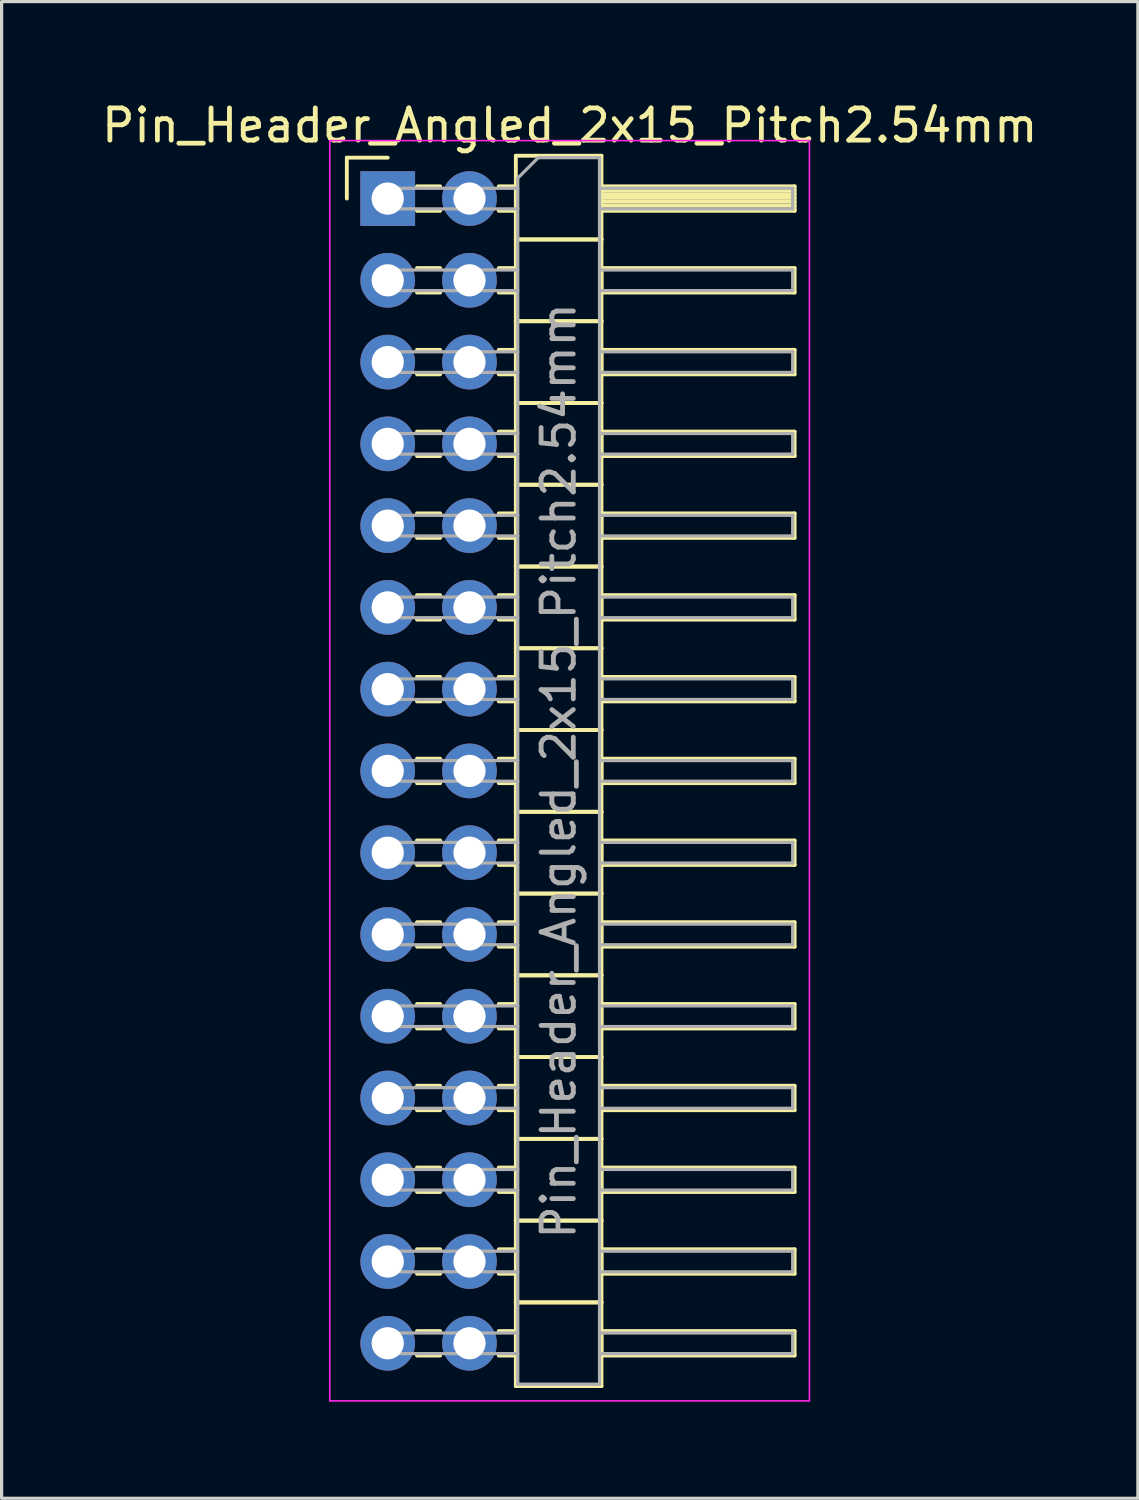
<source format=kicad_pcb>
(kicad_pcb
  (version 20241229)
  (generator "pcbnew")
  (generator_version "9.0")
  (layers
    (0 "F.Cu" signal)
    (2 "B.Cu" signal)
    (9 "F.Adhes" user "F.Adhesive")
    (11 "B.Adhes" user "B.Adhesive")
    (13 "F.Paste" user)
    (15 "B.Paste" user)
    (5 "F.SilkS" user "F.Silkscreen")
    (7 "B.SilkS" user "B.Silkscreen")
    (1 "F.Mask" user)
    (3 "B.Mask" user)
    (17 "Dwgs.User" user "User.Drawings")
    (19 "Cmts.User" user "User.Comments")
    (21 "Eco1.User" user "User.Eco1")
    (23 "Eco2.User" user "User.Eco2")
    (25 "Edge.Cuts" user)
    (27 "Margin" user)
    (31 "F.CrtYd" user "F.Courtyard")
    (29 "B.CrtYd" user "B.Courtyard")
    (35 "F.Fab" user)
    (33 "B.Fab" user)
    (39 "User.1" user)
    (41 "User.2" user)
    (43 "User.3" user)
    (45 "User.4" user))
  (footprint "Pin_Header_Angled_2x15_Pitch2.54mm"
    (layer "F.Cu")
    (at 8.994 3.118)
    (property "Reference" "Pin_Header_Angled_2x15_Pitch2.54mm" (at 5.655 -2.27 0) (layer "F.SilkS") (effects (font (size 1 1) (thickness 0.15))))
    (attr through_hole)
    (fp_line (start -1.27 -1.27) (end 0 -1.27) (stroke (width 0.12) (type solid)) (layer "F.SilkS"))
    (fp_line (start -1.27 0) (end -1.27 -1.27) (stroke (width 0.12) (type solid)) (layer "F.SilkS"))
    (fp_line (start 0.91 -0.38) (end 1.63 -0.38) (stroke (width 0.12) (type solid)) (layer "F.SilkS"))
    (fp_line (start 0.91 0.38) (end 1.63 0.38) (stroke (width 0.12) (type solid)) (layer "F.SilkS"))
    (fp_line (start 0.91 2.16) (end 1.63 2.16) (stroke (width 0.12) (type solid)) (layer "F.SilkS"))
    (fp_line (start 0.91 2.92) (end 1.63 2.92) (stroke (width 0.12) (type solid)) (layer "F.SilkS"))
    (fp_line (start 0.91 4.7) (end 1.63 4.7) (stroke (width 0.12) (type solid)) (layer "F.SilkS"))
    (fp_line (start 0.91 5.46) (end 1.63 5.46) (stroke (width 0.12) (type solid)) (layer "F.SilkS"))
    (fp_line (start 0.91 7.24) (end 1.63 7.24) (stroke (width 0.12) (type solid)) (layer "F.SilkS"))
    (fp_line (start 0.91 8) (end 1.63 8) (stroke (width 0.12) (type solid)) (layer "F.SilkS"))
    (fp_line (start 0.91 9.78) (end 1.63 9.78) (stroke (width 0.12) (type solid)) (layer "F.SilkS"))
    (fp_line (start 0.91 10.54) (end 1.63 10.54) (stroke (width 0.12) (type solid)) (layer "F.SilkS"))
    (fp_line (start 0.91 12.32) (end 1.63 12.32) (stroke (width 0.12) (type solid)) (layer "F.SilkS"))
    (fp_line (start 0.91 13.08) (end 1.63 13.08) (stroke (width 0.12) (type solid)) (layer "F.SilkS"))
    (fp_line (start 0.91 14.86) (end 1.63 14.86) (stroke (width 0.12) (type solid)) (layer "F.SilkS"))
    (fp_line (start 0.91 15.62) (end 1.63 15.62) (stroke (width 0.12) (type solid)) (layer "F.SilkS"))
    (fp_line (start 0.91 17.4) (end 1.63 17.4) (stroke (width 0.12) (type solid)) (layer "F.SilkS"))
    (fp_line (start 0.91 18.16) (end 1.63 18.16) (stroke (width 0.12) (type solid)) (layer "F.SilkS"))
    (fp_line (start 0.91 19.94) (end 1.63 19.94) (stroke (width 0.12) (type solid)) (layer "F.SilkS"))
    (fp_line (start 0.91 20.7) (end 1.63 20.7) (stroke (width 0.12) (type solid)) (layer "F.SilkS"))
    (fp_line (start 0.91 22.48) (end 1.63 22.48) (stroke (width 0.12) (type solid)) (layer "F.SilkS"))
    (fp_line (start 0.91 23.24) (end 1.63 23.24) (stroke (width 0.12) (type solid)) (layer "F.SilkS"))
    (fp_line (start 0.91 25.02) (end 1.63 25.02) (stroke (width 0.12) (type solid)) (layer "F.SilkS"))
    (fp_line (start 0.91 25.78) (end 1.63 25.78) (stroke (width 0.12) (type solid)) (layer "F.SilkS"))
    (fp_line (start 0.91 27.56) (end 1.63 27.56) (stroke (width 0.12) (type solid)) (layer "F.SilkS"))
    (fp_line (start 0.91 28.32) (end 1.63 28.32) (stroke (width 0.12) (type solid)) (layer "F.SilkS"))
    (fp_line (start 0.91 30.1) (end 1.63 30.1) (stroke (width 0.12) (type solid)) (layer "F.SilkS"))
    (fp_line (start 0.91 30.86) (end 1.63 30.86) (stroke (width 0.12) (type solid)) (layer "F.SilkS"))
    (fp_line (start 0.91 32.64) (end 1.63 32.64) (stroke (width 0.12) (type solid)) (layer "F.SilkS"))
    (fp_line (start 0.91 33.4) (end 1.63 33.4) (stroke (width 0.12) (type solid)) (layer "F.SilkS"))
    (fp_line (start 0.91 35.18) (end 1.63 35.18) (stroke (width 0.12) (type solid)) (layer "F.SilkS"))
    (fp_line (start 0.91 35.94) (end 1.63 35.94) (stroke (width 0.12) (type solid)) (layer "F.SilkS"))
    (fp_line (start 3.45 -0.38) (end 3.98 -0.38) (stroke (width 0.12) (type solid)) (layer "F.SilkS"))
    (fp_line (start 3.45 0.38) (end 3.98 0.38) (stroke (width 0.12) (type solid)) (layer "F.SilkS"))
    (fp_line (start 3.45 2.16) (end 3.98 2.16) (stroke (width 0.12) (type solid)) (layer "F.SilkS"))
    (fp_line (start 3.45 2.92) (end 3.98 2.92) (stroke (width 0.12) (type solid)) (layer "F.SilkS"))
    (fp_line (start 3.45 4.7) (end 3.98 4.7) (stroke (width 0.12) (type solid)) (layer "F.SilkS"))
    (fp_line (start 3.45 5.46) (end 3.98 5.46) (stroke (width 0.12) (type solid)) (layer "F.SilkS"))
    (fp_line (start 3.45 7.24) (end 3.98 7.24) (stroke (width 0.12) (type solid)) (layer "F.SilkS"))
    (fp_line (start 3.45 8) (end 3.98 8) (stroke (width 0.12) (type solid)) (layer "F.SilkS"))
    (fp_line (start 3.45 9.78) (end 3.98 9.78) (stroke (width 0.12) (type solid)) (layer "F.SilkS"))
    (fp_line (start 3.45 10.54) (end 3.98 10.54) (stroke (width 0.12) (type solid)) (layer "F.SilkS"))
    (fp_line (start 3.45 12.32) (end 3.98 12.32) (stroke (width 0.12) (type solid)) (layer "F.SilkS"))
    (fp_line (start 3.45 13.08) (end 3.98 13.08) (stroke (width 0.12) (type solid)) (layer "F.SilkS"))
    (fp_line (start 3.45 14.86) (end 3.98 14.86) (stroke (width 0.12) (type solid)) (layer "F.SilkS"))
    (fp_line (start 3.45 15.62) (end 3.98 15.62) (stroke (width 0.12) (type solid)) (layer "F.SilkS"))
    (fp_line (start 3.45 17.4) (end 3.98 17.4) (stroke (width 0.12) (type solid)) (layer "F.SilkS"))
    (fp_line (start 3.45 18.16) (end 3.98 18.16) (stroke (width 0.12) (type solid)) (layer "F.SilkS"))
    (fp_line (start 3.45 19.94) (end 3.98 19.94) (stroke (width 0.12) (type solid)) (layer "F.SilkS"))
    (fp_line (start 3.45 20.7) (end 3.98 20.7) (stroke (width 0.12) (type solid)) (layer "F.SilkS"))
    (fp_line (start 3.45 22.48) (end 3.98 22.48) (stroke (width 0.12) (type solid)) (layer "F.SilkS"))
    (fp_line (start 3.45 23.24) (end 3.98 23.24) (stroke (width 0.12) (type solid)) (layer "F.SilkS"))
    (fp_line (start 3.45 25.02) (end 3.98 25.02) (stroke (width 0.12) (type solid)) (layer "F.SilkS"))
    (fp_line (start 3.45 25.78) (end 3.98 25.78) (stroke (width 0.12) (type solid)) (layer "F.SilkS"))
    (fp_line (start 3.45 27.56) (end 3.98 27.56) (stroke (width 0.12) (type solid)) (layer "F.SilkS"))
    (fp_line (start 3.45 28.32) (end 3.98 28.32) (stroke (width 0.12) (type solid)) (layer "F.SilkS"))
    (fp_line (start 3.45 30.1) (end 3.98 30.1) (stroke (width 0.12) (type solid)) (layer "F.SilkS"))
    (fp_line (start 3.45 30.86) (end 3.98 30.86) (stroke (width 0.12) (type solid)) (layer "F.SilkS"))
    (fp_line (start 3.45 32.64) (end 3.98 32.64) (stroke (width 0.12) (type solid)) (layer "F.SilkS"))
    (fp_line (start 3.45 33.4) (end 3.98 33.4) (stroke (width 0.12) (type solid)) (layer "F.SilkS"))
    (fp_line (start 3.45 35.18) (end 3.98 35.18) (stroke (width 0.12) (type solid)) (layer "F.SilkS"))
    (fp_line (start 3.45 35.94) (end 3.98 35.94) (stroke (width 0.12) (type solid)) (layer "F.SilkS"))
    (fp_line (start 3.98 -1.33) (end 3.98 1.27) (stroke (width 0.12) (type solid)) (layer "F.SilkS"))
    (fp_line (start 3.98 1.27) (end 3.98 3.81) (stroke (width 0.12) (type solid)) (layer "F.SilkS"))
    (fp_line (start 3.98 1.27) (end 6.64 1.27) (stroke (width 0.12) (type solid)) (layer "F.SilkS"))
    (fp_line (start 3.98 3.81) (end 3.98 6.35) (stroke (width 0.12) (type solid)) (layer "F.SilkS"))
    (fp_line (start 3.98 3.81) (end 6.64 3.81) (stroke (width 0.12) (type solid)) (layer "F.SilkS"))
    (fp_line (start 3.98 6.35) (end 3.98 8.89) (stroke (width 0.12) (type solid)) (layer "F.SilkS"))
    (fp_line (start 3.98 6.35) (end 6.64 6.35) (stroke (width 0.12) (type solid)) (layer "F.SilkS"))
    (fp_line (start 3.98 8.89) (end 3.98 11.43) (stroke (width 0.12) (type solid)) (layer "F.SilkS"))
    (fp_line (start 3.98 8.89) (end 6.64 8.89) (stroke (width 0.12) (type solid)) (layer "F.SilkS"))
    (fp_line (start 3.98 11.43) (end 3.98 13.97) (stroke (width 0.12) (type solid)) (layer "F.SilkS"))
    (fp_line (start 3.98 11.43) (end 6.64 11.43) (stroke (width 0.12) (type solid)) (layer "F.SilkS"))
    (fp_line (start 3.98 13.97) (end 3.98 16.51) (stroke (width 0.12) (type solid)) (layer "F.SilkS"))
    (fp_line (start 3.98 13.97) (end 6.64 13.97) (stroke (width 0.12) (type solid)) (layer "F.SilkS"))
    (fp_line (start 3.98 16.51) (end 3.98 19.05) (stroke (width 0.12) (type solid)) (layer "F.SilkS"))
    (fp_line (start 3.98 16.51) (end 6.64 16.51) (stroke (width 0.12) (type solid)) (layer "F.SilkS"))
    (fp_line (start 3.98 19.05) (end 3.98 21.59) (stroke (width 0.12) (type solid)) (layer "F.SilkS"))
    (fp_line (start 3.98 19.05) (end 6.64 19.05) (stroke (width 0.12) (type solid)) (layer "F.SilkS"))
    (fp_line (start 3.98 21.59) (end 3.98 24.13) (stroke (width 0.12) (type solid)) (layer "F.SilkS"))
    (fp_line (start 3.98 21.59) (end 6.64 21.59) (stroke (width 0.12) (type solid)) (layer "F.SilkS"))
    (fp_line (start 3.98 24.13) (end 3.98 26.67) (stroke (width 0.12) (type solid)) (layer "F.SilkS"))
    (fp_line (start 3.98 24.13) (end 6.64 24.13) (stroke (width 0.12) (type solid)) (layer "F.SilkS"))
    (fp_line (start 3.98 26.67) (end 3.98 29.21) (stroke (width 0.12) (type solid)) (layer "F.SilkS"))
    (fp_line (start 3.98 26.67) (end 6.64 26.67) (stroke (width 0.12) (type solid)) (layer "F.SilkS"))
    (fp_line (start 3.98 29.21) (end 3.98 31.75) (stroke (width 0.12) (type solid)) (layer "F.SilkS"))
    (fp_line (start 3.98 29.21) (end 6.64 29.21) (stroke (width 0.12) (type solid)) (layer "F.SilkS"))
    (fp_line (start 3.98 31.75) (end 3.98 34.29) (stroke (width 0.12) (type solid)) (layer "F.SilkS"))
    (fp_line (start 3.98 31.75) (end 6.64 31.75) (stroke (width 0.12) (type solid)) (layer "F.SilkS"))
    (fp_line (start 3.98 34.29) (end 3.98 36.89) (stroke (width 0.12) (type solid)) (layer "F.SilkS"))
    (fp_line (start 3.98 34.29) (end 6.64 34.29) (stroke (width 0.12) (type solid)) (layer "F.SilkS"))
    (fp_line (start 3.98 36.89) (end 6.64 36.89) (stroke (width 0.12) (type solid)) (layer "F.SilkS"))
    (fp_line (start 6.64 -1.33) (end 3.98 -1.33) (stroke (width 0.12) (type solid)) (layer "F.SilkS"))
    (fp_line (start 6.64 -0.38) (end 6.64 0.38) (stroke (width 0.12) (type solid)) (layer "F.SilkS"))
    (fp_line (start 6.64 -0.26) (end 12.64 -0.26) (stroke (width 0.12) (type solid)) (layer "F.SilkS"))
    (fp_line (start 6.64 -0.14) (end 12.64 -0.14) (stroke (width 0.12) (type solid)) (layer "F.SilkS"))
    (fp_line (start 6.64 -0.02) (end 12.64 -0.02) (stroke (width 0.12) (type solid)) (layer "F.SilkS"))
    (fp_line (start 6.64 0.1) (end 12.64 0.1) (stroke (width 0.12) (type solid)) (layer "F.SilkS"))
    (fp_line (start 6.64 0.22) (end 12.64 0.22) (stroke (width 0.12) (type solid)) (layer "F.SilkS"))
    (fp_line (start 6.64 0.34) (end 12.64 0.34) (stroke (width 0.12) (type solid)) (layer "F.SilkS"))
    (fp_line (start 6.64 0.38) (end 12.64 0.38) (stroke (width 0.12) (type solid)) (layer "F.SilkS"))
    (fp_line (start 6.64 1.27) (end 3.98 1.27) (stroke (width 0.12) (type solid)) (layer "F.SilkS"))
    (fp_line (start 6.64 1.27) (end 6.64 -1.33) (stroke (width 0.12) (type solid)) (layer "F.SilkS"))
    (fp_line (start 6.64 2.16) (end 6.64 2.92) (stroke (width 0.12) (type solid)) (layer "F.SilkS"))
    (fp_line (start 6.64 2.92) (end 12.64 2.92) (stroke (width 0.12) (type solid)) (layer "F.SilkS"))
    (fp_line (start 6.64 3.81) (end 3.98 3.81) (stroke (width 0.12) (type solid)) (layer "F.SilkS"))
    (fp_line (start 6.64 3.81) (end 6.64 1.27) (stroke (width 0.12) (type solid)) (layer "F.SilkS"))
    (fp_line (start 6.64 4.7) (end 6.64 5.46) (stroke (width 0.12) (type solid)) (layer "F.SilkS"))
    (fp_line (start 6.64 5.46) (end 12.64 5.46) (stroke (width 0.12) (type solid)) (layer "F.SilkS"))
    (fp_line (start 6.64 6.35) (end 3.98 6.35) (stroke (width 0.12) (type solid)) (layer "F.SilkS"))
    (fp_line (start 6.64 6.35) (end 6.64 3.81) (stroke (width 0.12) (type solid)) (layer "F.SilkS"))
    (fp_line (start 6.64 7.24) (end 6.64 8) (stroke (width 0.12) (type solid)) (layer "F.SilkS"))
    (fp_line (start 6.64 8) (end 12.64 8) (stroke (width 0.12) (type solid)) (layer "F.SilkS"))
    (fp_line (start 6.64 8.89) (end 3.98 8.89) (stroke (width 0.12) (type solid)) (layer "F.SilkS"))
    (fp_line (start 6.64 8.89) (end 6.64 6.35) (stroke (width 0.12) (type solid)) (layer "F.SilkS"))
    (fp_line (start 6.64 9.78) (end 6.64 10.54) (stroke (width 0.12) (type solid)) (layer "F.SilkS"))
    (fp_line (start 6.64 10.54) (end 12.64 10.54) (stroke (width 0.12) (type solid)) (layer "F.SilkS"))
    (fp_line (start 6.64 11.43) (end 3.98 11.43) (stroke (width 0.12) (type solid)) (layer "F.SilkS"))
    (fp_line (start 6.64 11.43) (end 6.64 8.89) (stroke (width 0.12) (type solid)) (layer "F.SilkS"))
    (fp_line (start 6.64 12.32) (end 6.64 13.08) (stroke (width 0.12) (type solid)) (layer "F.SilkS"))
    (fp_line (start 6.64 13.08) (end 12.64 13.08) (stroke (width 0.12) (type solid)) (layer "F.SilkS"))
    (fp_line (start 6.64 13.97) (end 3.98 13.97) (stroke (width 0.12) (type solid)) (layer "F.SilkS"))
    (fp_line (start 6.64 13.97) (end 6.64 11.43) (stroke (width 0.12) (type solid)) (layer "F.SilkS"))
    (fp_line (start 6.64 14.86) (end 6.64 15.62) (stroke (width 0.12) (type solid)) (layer "F.SilkS"))
    (fp_line (start 6.64 15.62) (end 12.64 15.62) (stroke (width 0.12) (type solid)) (layer "F.SilkS"))
    (fp_line (start 6.64 16.51) (end 3.98 16.51) (stroke (width 0.12) (type solid)) (layer "F.SilkS"))
    (fp_line (start 6.64 16.51) (end 6.64 13.97) (stroke (width 0.12) (type solid)) (layer "F.SilkS"))
    (fp_line (start 6.64 17.4) (end 6.64 18.16) (stroke (width 0.12) (type solid)) (layer "F.SilkS"))
    (fp_line (start 6.64 18.16) (end 12.64 18.16) (stroke (width 0.12) (type solid)) (layer "F.SilkS"))
    (fp_line (start 6.64 19.05) (end 3.98 19.05) (stroke (width 0.12) (type solid)) (layer "F.SilkS"))
    (fp_line (start 6.64 19.05) (end 6.64 16.51) (stroke (width 0.12) (type solid)) (layer "F.SilkS"))
    (fp_line (start 6.64 19.94) (end 6.64 20.7) (stroke (width 0.12) (type solid)) (layer "F.SilkS"))
    (fp_line (start 6.64 20.7) (end 12.64 20.7) (stroke (width 0.12) (type solid)) (layer "F.SilkS"))
    (fp_line (start 6.64 21.59) (end 3.98 21.59) (stroke (width 0.12) (type solid)) (layer "F.SilkS"))
    (fp_line (start 6.64 21.59) (end 6.64 19.05) (stroke (width 0.12) (type solid)) (layer "F.SilkS"))
    (fp_line (start 6.64 22.48) (end 6.64 23.24) (stroke (width 0.12) (type solid)) (layer "F.SilkS"))
    (fp_line (start 6.64 23.24) (end 12.64 23.24) (stroke (width 0.12) (type solid)) (layer "F.SilkS"))
    (fp_line (start 6.64 24.13) (end 3.98 24.13) (stroke (width 0.12) (type solid)) (layer "F.SilkS"))
    (fp_line (start 6.64 24.13) (end 6.64 21.59) (stroke (width 0.12) (type solid)) (layer "F.SilkS"))
    (fp_line (start 6.64 25.02) (end 6.64 25.78) (stroke (width 0.12) (type solid)) (layer "F.SilkS"))
    (fp_line (start 6.64 25.78) (end 12.64 25.78) (stroke (width 0.12) (type solid)) (layer "F.SilkS"))
    (fp_line (start 6.64 26.67) (end 3.98 26.67) (stroke (width 0.12) (type solid)) (layer "F.SilkS"))
    (fp_line (start 6.64 26.67) (end 6.64 24.13) (stroke (width 0.12) (type solid)) (layer "F.SilkS"))
    (fp_line (start 6.64 27.56) (end 6.64 28.32) (stroke (width 0.12) (type solid)) (layer "F.SilkS"))
    (fp_line (start 6.64 28.32) (end 12.64 28.32) (stroke (width 0.12) (type solid)) (layer "F.SilkS"))
    (fp_line (start 6.64 29.21) (end 3.98 29.21) (stroke (width 0.12) (type solid)) (layer "F.SilkS"))
    (fp_line (start 6.64 29.21) (end 6.64 26.67) (stroke (width 0.12) (type solid)) (layer "F.SilkS"))
    (fp_line (start 6.64 30.1) (end 6.64 30.86) (stroke (width 0.12) (type solid)) (layer "F.SilkS"))
    (fp_line (start 6.64 30.86) (end 12.64 30.86) (stroke (width 0.12) (type solid)) (layer "F.SilkS"))
    (fp_line (start 6.64 31.75) (end 3.98 31.75) (stroke (width 0.12) (type solid)) (layer "F.SilkS"))
    (fp_line (start 6.64 31.75) (end 6.64 29.21) (stroke (width 0.12) (type solid)) (layer "F.SilkS"))
    (fp_line (start 6.64 32.64) (end 6.64 33.4) (stroke (width 0.12) (type solid)) (layer "F.SilkS"))
    (fp_line (start 6.64 33.4) (end 12.64 33.4) (stroke (width 0.12) (type solid)) (layer "F.SilkS"))
    (fp_line (start 6.64 34.29) (end 3.98 34.29) (stroke (width 0.12) (type solid)) (layer "F.SilkS"))
    (fp_line (start 6.64 34.29) (end 6.64 31.75) (stroke (width 0.12) (type solid)) (layer "F.SilkS"))
    (fp_line (start 6.64 35.18) (end 6.64 35.94) (stroke (width 0.12) (type solid)) (layer "F.SilkS"))
    (fp_line (start 6.64 35.94) (end 12.64 35.94) (stroke (width 0.12) (type solid)) (layer "F.SilkS"))
    (fp_line (start 6.64 36.89) (end 6.64 34.29) (stroke (width 0.12) (type solid)) (layer "F.SilkS"))
    (fp_line (start 12.64 -0.38) (end 6.64 -0.38) (stroke (width 0.12) (type solid)) (layer "F.SilkS"))
    (fp_line (start 12.64 0.38) (end 12.64 -0.38) (stroke (width 0.12) (type solid)) (layer "F.SilkS"))
    (fp_line (start 12.64 2.16) (end 6.64 2.16) (stroke (width 0.12) (type solid)) (layer "F.SilkS"))
    (fp_line (start 12.64 2.92) (end 12.64 2.16) (stroke (width 0.12) (type solid)) (layer "F.SilkS"))
    (fp_line (start 12.64 4.7) (end 6.64 4.7) (stroke (width 0.12) (type solid)) (layer "F.SilkS"))
    (fp_line (start 12.64 5.46) (end 12.64 4.7) (stroke (width 0.12) (type solid)) (layer "F.SilkS"))
    (fp_line (start 12.64 7.24) (end 6.64 7.24) (stroke (width 0.12) (type solid)) (layer "F.SilkS"))
    (fp_line (start 12.64 8) (end 12.64 7.24) (stroke (width 0.12) (type solid)) (layer "F.SilkS"))
    (fp_line (start 12.64 9.78) (end 6.64 9.78) (stroke (width 0.12) (type solid)) (layer "F.SilkS"))
    (fp_line (start 12.64 10.54) (end 12.64 9.78) (stroke (width 0.12) (type solid)) (layer "F.SilkS"))
    (fp_line (start 12.64 12.32) (end 6.64 12.32) (stroke (width 0.12) (type solid)) (layer "F.SilkS"))
    (fp_line (start 12.64 13.08) (end 12.64 12.32) (stroke (width 0.12) (type solid)) (layer "F.SilkS"))
    (fp_line (start 12.64 14.86) (end 6.64 14.86) (stroke (width 0.12) (type solid)) (layer "F.SilkS"))
    (fp_line (start 12.64 15.62) (end 12.64 14.86) (stroke (width 0.12) (type solid)) (layer "F.SilkS"))
    (fp_line (start 12.64 17.4) (end 6.64 17.4) (stroke (width 0.12) (type solid)) (layer "F.SilkS"))
    (fp_line (start 12.64 18.16) (end 12.64 17.4) (stroke (width 0.12) (type solid)) (layer "F.SilkS"))
    (fp_line (start 12.64 19.94) (end 6.64 19.94) (stroke (width 0.12) (type solid)) (layer "F.SilkS"))
    (fp_line (start 12.64 20.7) (end 12.64 19.94) (stroke (width 0.12) (type solid)) (layer "F.SilkS"))
    (fp_line (start 12.64 22.48) (end 6.64 22.48) (stroke (width 0.12) (type solid)) (layer "F.SilkS"))
    (fp_line (start 12.64 23.24) (end 12.64 22.48) (stroke (width 0.12) (type solid)) (layer "F.SilkS"))
    (fp_line (start 12.64 25.02) (end 6.64 25.02) (stroke (width 0.12) (type solid)) (layer "F.SilkS"))
    (fp_line (start 12.64 25.78) (end 12.64 25.02) (stroke (width 0.12) (type solid)) (layer "F.SilkS"))
    (fp_line (start 12.64 27.56) (end 6.64 27.56) (stroke (width 0.12) (type solid)) (layer "F.SilkS"))
    (fp_line (start 12.64 28.32) (end 12.64 27.56) (stroke (width 0.12) (type solid)) (layer "F.SilkS"))
    (fp_line (start 12.64 30.1) (end 6.64 30.1) (stroke (width 0.12) (type solid)) (layer "F.SilkS"))
    (fp_line (start 12.64 30.86) (end 12.64 30.1) (stroke (width 0.12) (type solid)) (layer "F.SilkS"))
    (fp_line (start 12.64 32.64) (end 6.64 32.64) (stroke (width 0.12) (type solid)) (layer "F.SilkS"))
    (fp_line (start 12.64 33.4) (end 12.64 32.64) (stroke (width 0.12) (type solid)) (layer "F.SilkS"))
    (fp_line (start 12.64 35.18) (end 6.64 35.18) (stroke (width 0.12) (type solid)) (layer "F.SilkS"))
    (fp_line (start 12.64 35.94) (end 12.64 35.18) (stroke (width 0.12) (type solid)) (layer "F.SilkS"))
    (fp_line (start -1.8 -1.8) (end -1.8 37.35) (stroke (width 0.05) (type solid)) (layer "F.CrtYd"))
    (fp_line (start -1.8 37.35) (end 13.1 37.35) (stroke (width 0.05) (type solid)) (layer "F.CrtYd"))
    (fp_line (start 13.1 -1.8) (end -1.8 -1.8) (stroke (width 0.05) (type solid)) (layer "F.CrtYd"))
    (fp_line (start 13.1 37.35) (end 13.1 -1.8) (stroke (width 0.05) (type solid)) (layer "F.CrtYd"))
    (fp_line (start -0.32 -0.32) (end -0.32 0.32) (stroke (width 0.1) (type solid)) (layer "F.Fab"))
    (fp_line (start -0.32 -0.32) (end 4.04 -0.32) (stroke (width 0.1) (type solid)) (layer "F.Fab"))
    (fp_line (start -0.32 0.32) (end 4.04 0.32) (stroke (width 0.1) (type solid)) (layer "F.Fab"))
    (fp_line (start -0.32 2.22) (end -0.32 2.86) (stroke (width 0.1) (type solid)) (layer "F.Fab"))
    (fp_line (start -0.32 2.22) (end 4.04 2.22) (stroke (width 0.1) (type solid)) (layer "F.Fab"))
    (fp_line (start -0.32 2.86) (end 4.04 2.86) (stroke (width 0.1) (type solid)) (layer "F.Fab"))
    (fp_line (start -0.32 4.76) (end -0.32 5.4) (stroke (width 0.1) (type solid)) (layer "F.Fab"))
    (fp_line (start -0.32 4.76) (end 4.04 4.76) (stroke (width 0.1) (type solid)) (layer "F.Fab"))
    (fp_line (start -0.32 5.4) (end 4.04 5.4) (stroke (width 0.1) (type solid)) (layer "F.Fab"))
    (fp_line (start -0.32 7.3) (end -0.32 7.94) (stroke (width 0.1) (type solid)) (layer "F.Fab"))
    (fp_line (start -0.32 7.3) (end 4.04 7.3) (stroke (width 0.1) (type solid)) (layer "F.Fab"))
    (fp_line (start -0.32 7.94) (end 4.04 7.94) (stroke (width 0.1) (type solid)) (layer "F.Fab"))
    (fp_line (start -0.32 9.84) (end -0.32 10.48) (stroke (width 0.1) (type solid)) (layer "F.Fab"))
    (fp_line (start -0.32 9.84) (end 4.04 9.84) (stroke (width 0.1) (type solid)) (layer "F.Fab"))
    (fp_line (start -0.32 10.48) (end 4.04 10.48) (stroke (width 0.1) (type solid)) (layer "F.Fab"))
    (fp_line (start -0.32 12.38) (end -0.32 13.02) (stroke (width 0.1) (type solid)) (layer "F.Fab"))
    (fp_line (start -0.32 12.38) (end 4.04 12.38) (stroke (width 0.1) (type solid)) (layer "F.Fab"))
    (fp_line (start -0.32 13.02) (end 4.04 13.02) (stroke (width 0.1) (type solid)) (layer "F.Fab"))
    (fp_line (start -0.32 14.92) (end -0.32 15.56) (stroke (width 0.1) (type solid)) (layer "F.Fab"))
    (fp_line (start -0.32 14.92) (end 4.04 14.92) (stroke (width 0.1) (type solid)) (layer "F.Fab"))
    (fp_line (start -0.32 15.56) (end 4.04 15.56) (stroke (width 0.1) (type solid)) (layer "F.Fab"))
    (fp_line (start -0.32 17.46) (end -0.32 18.1) (stroke (width 0.1) (type solid)) (layer "F.Fab"))
    (fp_line (start -0.32 17.46) (end 4.04 17.46) (stroke (width 0.1) (type solid)) (layer "F.Fab"))
    (fp_line (start -0.32 18.1) (end 4.04 18.1) (stroke (width 0.1) (type solid)) (layer "F.Fab"))
    (fp_line (start -0.32 20) (end -0.32 20.64) (stroke (width 0.1) (type solid)) (layer "F.Fab"))
    (fp_line (start -0.32 20) (end 4.04 20) (stroke (width 0.1) (type solid)) (layer "F.Fab"))
    (fp_line (start -0.32 20.64) (end 4.04 20.64) (stroke (width 0.1) (type solid)) (layer "F.Fab"))
    (fp_line (start -0.32 22.54) (end -0.32 23.18) (stroke (width 0.1) (type solid)) (layer "F.Fab"))
    (fp_line (start -0.32 22.54) (end 4.04 22.54) (stroke (width 0.1) (type solid)) (layer "F.Fab"))
    (fp_line (start -0.32 23.18) (end 4.04 23.18) (stroke (width 0.1) (type solid)) (layer "F.Fab"))
    (fp_line (start -0.32 25.08) (end -0.32 25.72) (stroke (width 0.1) (type solid)) (layer "F.Fab"))
    (fp_line (start -0.32 25.08) (end 4.04 25.08) (stroke (width 0.1) (type solid)) (layer "F.Fab"))
    (fp_line (start -0.32 25.72) (end 4.04 25.72) (stroke (width 0.1) (type solid)) (layer "F.Fab"))
    (fp_line (start -0.32 27.62) (end -0.32 28.26) (stroke (width 0.1) (type solid)) (layer "F.Fab"))
    (fp_line (start -0.32 27.62) (end 4.04 27.62) (stroke (width 0.1) (type solid)) (layer "F.Fab"))
    (fp_line (start -0.32 28.26) (end 4.04 28.26) (stroke (width 0.1) (type solid)) (layer "F.Fab"))
    (fp_line (start -0.32 30.16) (end -0.32 30.8) (stroke (width 0.1) (type solid)) (layer "F.Fab"))
    (fp_line (start -0.32 30.16) (end 4.04 30.16) (stroke (width 0.1) (type solid)) (layer "F.Fab"))
    (fp_line (start -0.32 30.8) (end 4.04 30.8) (stroke (width 0.1) (type solid)) (layer "F.Fab"))
    (fp_line (start -0.32 32.7) (end -0.32 33.34) (stroke (width 0.1) (type solid)) (layer "F.Fab"))
    (fp_line (start -0.32 32.7) (end 4.04 32.7) (stroke (width 0.1) (type solid)) (layer "F.Fab"))
    (fp_line (start -0.32 33.34) (end 4.04 33.34) (stroke (width 0.1) (type solid)) (layer "F.Fab"))
    (fp_line (start -0.32 35.24) (end -0.32 35.88) (stroke (width 0.1) (type solid)) (layer "F.Fab"))
    (fp_line (start -0.32 35.24) (end 4.04 35.24) (stroke (width 0.1) (type solid)) (layer "F.Fab"))
    (fp_line (start -0.32 35.88) (end 4.04 35.88) (stroke (width 0.1) (type solid)) (layer "F.Fab"))
    (fp_line (start 4.04 -0.635) (end 4.675 -1.27) (stroke (width 0.1) (type solid)) (layer "F.Fab"))
    (fp_line (start 4.04 36.83) (end 4.04 -0.635) (stroke (width 0.1) (type solid)) (layer "F.Fab"))
    (fp_line (start 4.675 -1.27) (end 6.58 -1.27) (stroke (width 0.1) (type solid)) (layer "F.Fab"))
    (fp_line (start 6.58 -1.27) (end 6.58 36.83) (stroke (width 0.1) (type solid)) (layer "F.Fab"))
    (fp_line (start 6.58 -0.32) (end 12.58 -0.32) (stroke (width 0.1) (type solid)) (layer "F.Fab"))
    (fp_line (start 6.58 0.32) (end 12.58 0.32) (stroke (width 0.1) (type solid)) (layer "F.Fab"))
    (fp_line (start 6.58 2.22) (end 12.58 2.22) (stroke (width 0.1) (type solid)) (layer "F.Fab"))
    (fp_line (start 6.58 2.86) (end 12.58 2.86) (stroke (width 0.1) (type solid)) (layer "F.Fab"))
    (fp_line (start 6.58 4.76) (end 12.58 4.76) (stroke (width 0.1) (type solid)) (layer "F.Fab"))
    (fp_line (start 6.58 5.4) (end 12.58 5.4) (stroke (width 0.1) (type solid)) (layer "F.Fab"))
    (fp_line (start 6.58 7.3) (end 12.58 7.3) (stroke (width 0.1) (type solid)) (layer "F.Fab"))
    (fp_line (start 6.58 7.94) (end 12.58 7.94) (stroke (width 0.1) (type solid)) (layer "F.Fab"))
    (fp_line (start 6.58 9.84) (end 12.58 9.84) (stroke (width 0.1) (type solid)) (layer "F.Fab"))
    (fp_line (start 6.58 10.48) (end 12.58 10.48) (stroke (width 0.1) (type solid)) (layer "F.Fab"))
    (fp_line (start 6.58 12.38) (end 12.58 12.38) (stroke (width 0.1) (type solid)) (layer "F.Fab"))
    (fp_line (start 6.58 13.02) (end 12.58 13.02) (stroke (width 0.1) (type solid)) (layer "F.Fab"))
    (fp_line (start 6.58 14.92) (end 12.58 14.92) (stroke (width 0.1) (type solid)) (layer "F.Fab"))
    (fp_line (start 6.58 15.56) (end 12.58 15.56) (stroke (width 0.1) (type solid)) (layer "F.Fab"))
    (fp_line (start 6.58 17.46) (end 12.58 17.46) (stroke (width 0.1) (type solid)) (layer "F.Fab"))
    (fp_line (start 6.58 18.1) (end 12.58 18.1) (stroke (width 0.1) (type solid)) (layer "F.Fab"))
    (fp_line (start 6.58 20) (end 12.58 20) (stroke (width 0.1) (type solid)) (layer "F.Fab"))
    (fp_line (start 6.58 20.64) (end 12.58 20.64) (stroke (width 0.1) (type solid)) (layer "F.Fab"))
    (fp_line (start 6.58 22.54) (end 12.58 22.54) (stroke (width 0.1) (type solid)) (layer "F.Fab"))
    (fp_line (start 6.58 23.18) (end 12.58 23.18) (stroke (width 0.1) (type solid)) (layer "F.Fab"))
    (fp_line (start 6.58 25.08) (end 12.58 25.08) (stroke (width 0.1) (type solid)) (layer "F.Fab"))
    (fp_line (start 6.58 25.72) (end 12.58 25.72) (stroke (width 0.1) (type solid)) (layer "F.Fab"))
    (fp_line (start 6.58 27.62) (end 12.58 27.62) (stroke (width 0.1) (type solid)) (layer "F.Fab"))
    (fp_line (start 6.58 28.26) (end 12.58 28.26) (stroke (width 0.1) (type solid)) (layer "F.Fab"))
    (fp_line (start 6.58 30.16) (end 12.58 30.16) (stroke (width 0.1) (type solid)) (layer "F.Fab"))
    (fp_line (start 6.58 30.8) (end 12.58 30.8) (stroke (width 0.1) (type solid)) (layer "F.Fab"))
    (fp_line (start 6.58 32.7) (end 12.58 32.7) (stroke (width 0.1) (type solid)) (layer "F.Fab"))
    (fp_line (start 6.58 33.34) (end 12.58 33.34) (stroke (width 0.1) (type solid)) (layer "F.Fab"))
    (fp_line (start 6.58 35.24) (end 12.58 35.24) (stroke (width 0.1) (type solid)) (layer "F.Fab"))
    (fp_line (start 6.58 35.88) (end 12.58 35.88) (stroke (width 0.1) (type solid)) (layer "F.Fab"))
    (fp_line (start 6.58 36.83) (end 4.04 36.83) (stroke (width 0.1) (type solid)) (layer "F.Fab"))
    (fp_line (start 12.58 -0.32) (end 12.58 0.32) (stroke (width 0.1) (type solid)) (layer "F.Fab"))
    (fp_line (start 12.58 2.22) (end 12.58 2.86) (stroke (width 0.1) (type solid)) (layer "F.Fab"))
    (fp_line (start 12.58 4.76) (end 12.58 5.4) (stroke (width 0.1) (type solid)) (layer "F.Fab"))
    (fp_line (start 12.58 7.3) (end 12.58 7.94) (stroke (width 0.1) (type solid)) (layer "F.Fab"))
    (fp_line (start 12.58 9.84) (end 12.58 10.48) (stroke (width 0.1) (type solid)) (layer "F.Fab"))
    (fp_line (start 12.58 12.38) (end 12.58 13.02) (stroke (width 0.1) (type solid)) (layer "F.Fab"))
    (fp_line (start 12.58 14.92) (end 12.58 15.56) (stroke (width 0.1) (type solid)) (layer "F.Fab"))
    (fp_line (start 12.58 17.46) (end 12.58 18.1) (stroke (width 0.1) (type solid)) (layer "F.Fab"))
    (fp_line (start 12.58 20) (end 12.58 20.64) (stroke (width 0.1) (type solid)) (layer "F.Fab"))
    (fp_line (start 12.58 22.54) (end 12.58 23.18) (stroke (width 0.1) (type solid)) (layer "F.Fab"))
    (fp_line (start 12.58 25.08) (end 12.58 25.72) (stroke (width 0.1) (type solid)) (layer "F.Fab"))
    (fp_line (start 12.58 27.62) (end 12.58 28.26) (stroke (width 0.1) (type solid)) (layer "F.Fab"))
    (fp_line (start 12.58 30.16) (end 12.58 30.8) (stroke (width 0.1) (type solid)) (layer "F.Fab"))
    (fp_line (start 12.58 32.7) (end 12.58 33.34) (stroke (width 0.1) (type solid)) (layer "F.Fab"))
    (fp_line (start 12.58 35.24) (end 12.58 35.88) (stroke (width 0.1) (type solid)) (layer "F.Fab"))
    (fp_text user "${REFERENCE}" (at 5.31 17.78 90) (layer "F.Fab") (effects (font (size 1 1) (thickness 0.15))))
    (pad "1" thru_hole rect (at 0 0) (size 1.7 1.7) (drill 1) (layers "*.Cu" "*.Mask"))
    (pad "2" thru_hole oval (at 2.54 0) (size 1.7 1.7) (drill 1) (layers "*.Cu" "*.Mask"))
    (pad "3" thru_hole oval (at 0 2.54) (size 1.7 1.7) (drill 1) (layers "*.Cu" "*.Mask"))
    (pad "4" thru_hole oval (at 2.54 2.54) (size 1.7 1.7) (drill 1) (layers "*.Cu" "*.Mask"))
    (pad "5" thru_hole oval (at 0 5.08) (size 1.7 1.7) (drill 1) (layers "*.Cu" "*.Mask"))
    (pad "6" thru_hole oval (at 2.54 5.08) (size 1.7 1.7) (drill 1) (layers "*.Cu" "*.Mask"))
    (pad "7" thru_hole oval (at 0 7.62) (size 1.7 1.7) (drill 1) (layers "*.Cu" "*.Mask"))
    (pad "8" thru_hole oval (at 2.54 7.62) (size 1.7 1.7) (drill 1) (layers "*.Cu" "*.Mask"))
    (pad "9" thru_hole oval (at 0 10.16) (size 1.7 1.7) (drill 1) (layers "*.Cu" "*.Mask"))
    (pad "10" thru_hole oval (at 2.54 10.16) (size 1.7 1.7) (drill 1) (layers "*.Cu" "*.Mask"))
    (pad "11" thru_hole oval (at 0 12.7) (size 1.7 1.7) (drill 1) (layers "*.Cu" "*.Mask"))
    (pad "12" thru_hole oval (at 2.54 12.7) (size 1.7 1.7) (drill 1) (layers "*.Cu" "*.Mask"))
    (pad "13" thru_hole oval (at 0 15.24) (size 1.7 1.7) (drill 1) (layers "*.Cu" "*.Mask"))
    (pad "14" thru_hole oval (at 2.54 15.24) (size 1.7 1.7) (drill 1) (layers "*.Cu" "*.Mask"))
    (pad "15" thru_hole oval (at 0 17.78) (size 1.7 1.7) (drill 1) (layers "*.Cu" "*.Mask"))
    (pad "16" thru_hole oval (at 2.54 17.78) (size 1.7 1.7) (drill 1) (layers "*.Cu" "*.Mask"))
    (pad "17" thru_hole oval (at 0 20.32) (size 1.7 1.7) (drill 1) (layers "*.Cu" "*.Mask"))
    (pad "18" thru_hole oval (at 2.54 20.32) (size 1.7 1.7) (drill 1) (layers "*.Cu" "*.Mask"))
    (pad "19" thru_hole oval (at 0 22.86) (size 1.7 1.7) (drill 1) (layers "*.Cu" "*.Mask"))
    (pad "20" thru_hole oval (at 2.54 22.86) (size 1.7 1.7) (drill 1) (layers "*.Cu" "*.Mask"))
    (pad "21" thru_hole oval (at 0 25.4) (size 1.7 1.7) (drill 1) (layers "*.Cu" "*.Mask"))
    (pad "22" thru_hole oval (at 2.54 25.4) (size 1.7 1.7) (drill 1) (layers "*.Cu" "*.Mask"))
    (pad "23" thru_hole oval (at 0 27.94) (size 1.7 1.7) (drill 1) (layers "*.Cu" "*.Mask"))
    (pad "24" thru_hole oval (at 2.54 27.94) (size 1.7 1.7) (drill 1) (layers "*.Cu" "*.Mask"))
    (pad "25" thru_hole oval (at 0 30.48) (size 1.7 1.7) (drill 1) (layers "*.Cu" "*.Mask"))
    (pad "26" thru_hole oval (at 2.54 30.48) (size 1.7 1.7) (drill 1) (layers "*.Cu" "*.Mask"))
    (pad "27" thru_hole oval (at 0 33.02) (size 1.7 1.7) (drill 1) (layers "*.Cu" "*.Mask"))
    (pad "28" thru_hole oval (at 2.54 33.02) (size 1.7 1.7) (drill 1) (layers "*.Cu" "*.Mask"))
    (pad "29" thru_hole oval (at 0 35.56) (size 1.7 1.7) (drill 1) (layers "*.Cu" "*.Mask"))
    (pad "30" thru_hole oval (at 2.54 35.56) (size 1.7 1.7) (drill 1) (layers "*.Cu" "*.Mask")))
  (gr_rect
    (start -3 -3)
    (end 32.298 43.493)
    (stroke (width 0.1) (type default))
    (fill no)
    (layer "Edge.Cuts")))
</source>
